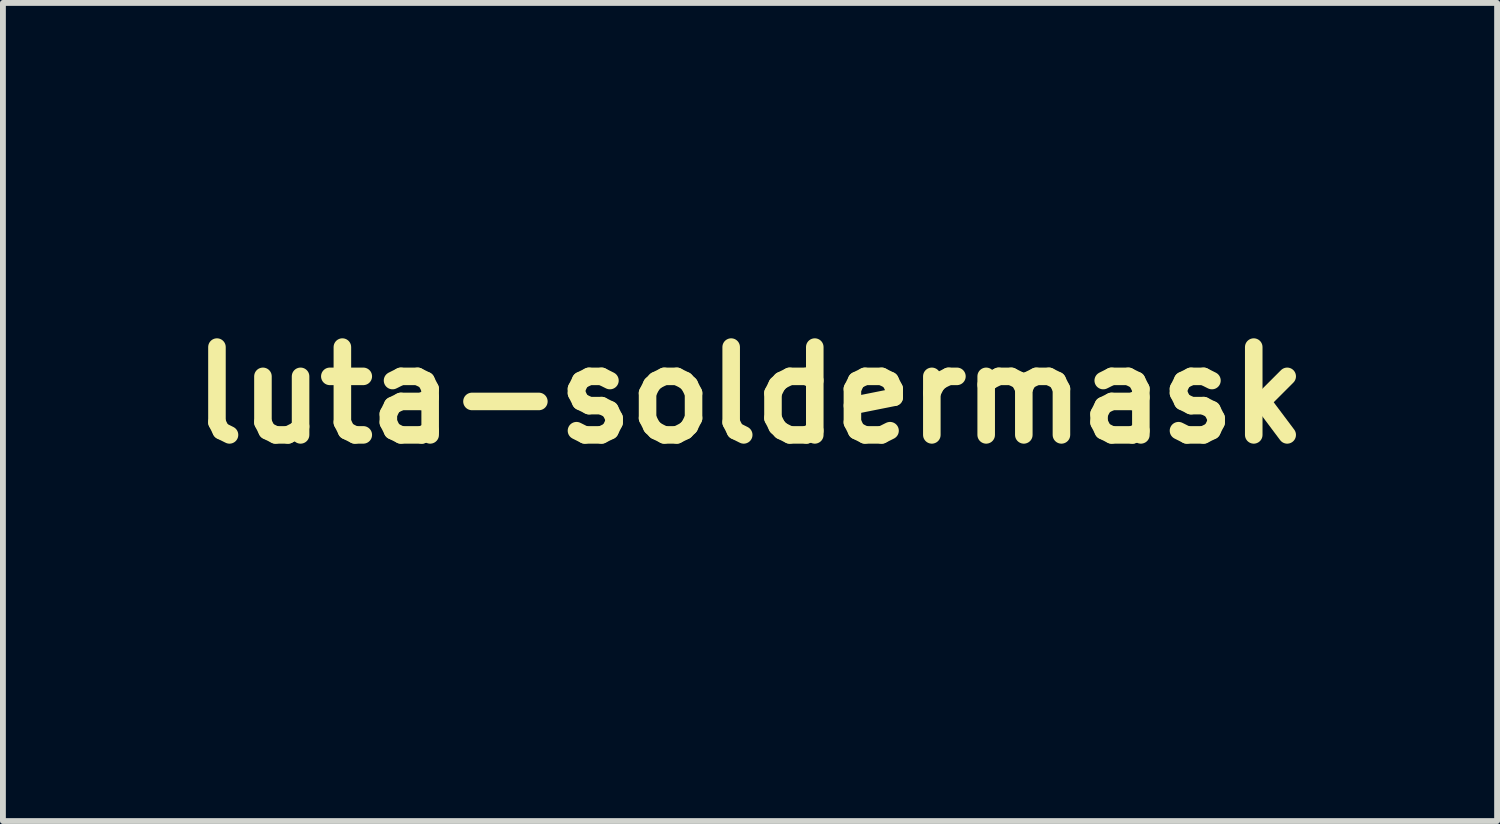
<source format=kicad_pcb>
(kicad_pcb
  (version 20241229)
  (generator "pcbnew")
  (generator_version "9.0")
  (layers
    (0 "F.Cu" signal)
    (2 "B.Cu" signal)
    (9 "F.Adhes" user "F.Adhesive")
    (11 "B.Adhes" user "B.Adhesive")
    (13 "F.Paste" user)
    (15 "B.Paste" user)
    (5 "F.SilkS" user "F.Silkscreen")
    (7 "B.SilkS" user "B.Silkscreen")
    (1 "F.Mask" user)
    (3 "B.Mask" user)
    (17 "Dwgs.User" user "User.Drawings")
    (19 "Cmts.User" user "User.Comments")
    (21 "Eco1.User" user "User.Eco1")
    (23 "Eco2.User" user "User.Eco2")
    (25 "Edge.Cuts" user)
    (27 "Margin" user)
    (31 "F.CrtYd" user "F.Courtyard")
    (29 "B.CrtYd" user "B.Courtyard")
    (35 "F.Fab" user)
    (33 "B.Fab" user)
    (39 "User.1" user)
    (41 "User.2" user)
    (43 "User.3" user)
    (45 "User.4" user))
  (footprint "luta-soldermask"
    (layer "F.Cu")
    (at 9.764 3.702)
    (property "Reference" "luta-soldermask" (at 0 0 0) (layer "F.SilkS") (effects (font (size 1.5 1.5) (thickness 0.3))))
    (attr board_only exclude_from_pos_files exclude_from_bom)
    (fp_poly (pts (xy -0.678 1.017) (xy -0.704 1.043) (xy -0.73 1.017) (xy -0.704 0.991)) (stroke (width 0) (type solid)) (fill yes) (layer "F.Mask"))
    (fp_poly (pts (xy 0.626 0.391) (xy 0.6 0.417) (xy 0.574 0.391) (xy 0.6 0.365)) (stroke (width 0) (type solid)) (fill yes) (layer "F.Mask"))
    (fp_poly (pts (xy 1.095 1.226) (xy 1.069 1.252) (xy 1.043 1.226) (xy 1.069 1.2)) (stroke (width 0) (type solid)) (fill yes) (layer "F.Mask"))
    (fp_poly (pts (xy -3.655 0.654) (xy -3.651 0.672) (xy -3.689 0.746) (xy -3.703 0.756) (xy -3.751 0.754) (xy -3.755 0.736) (xy -3.717 0.663) (xy -3.703 0.652)) (stroke (width 0) (type solid)) (fill yes) (layer "F.Mask"))
    (fp_poly (pts (xy -3.495 0.562) (xy -3.494 0.574) (xy -3.535 0.624) (xy -3.55 0.626) (xy -3.581 0.594) (xy -3.573 0.574) (xy -3.526 0.524) (xy -3.517 0.522)) (stroke (width 0) (type solid)) (fill yes) (layer "F.Mask"))
    (fp_poly (pts (xy 1.663 -2.653) (xy 1.66 -2.552) (xy 1.641 -2.471) (xy 1.603 -2.485) (xy 1.569 -2.523) (xy 1.525 -2.611) (xy 1.556 -2.672) (xy 1.626 -2.707)) (stroke (width 0) (type solid)) (fill yes) (layer "F.Mask"))
    (fp_poly (pts (xy 1.836 -2.879) (xy 1.868 -2.802) (xy 1.826 -2.75) (xy 1.742 -2.753) (xy 1.721 -2.764) (xy 1.672 -2.819) (xy 1.709 -2.877) (xy 1.78 -2.915)) (stroke (width 0) (type solid)) (fill yes) (layer "F.Mask"))
    (fp_poly (pts (xy 1.858 -1.845) (xy 1.878 -1.799) (xy 1.839 -1.734) (xy 1.756 -1.725) (xy 1.704 -1.756) (xy 1.67 -1.83) (xy 1.729 -1.874) (xy 1.773 -1.878)) (stroke (width 0) (type solid)) (fill yes) (layer "F.Mask"))
    (fp_poly (pts (xy -3.279 -1.626) (xy -3.25 -1.621) (xy -3.123 -1.584) (xy -3.01 -1.505) (xy -2.882 -1.363) (xy -2.845 -1.315) (xy -2.706 -1.153) (xy -2.562 -1.012) (xy -2.464 -0.938) (xy -2.355 -0.859) (xy -2.297 -0.793) (xy -2.295 -0.783) (xy -2.305 -0.735) (xy -2.308 -0.735) (xy -2.36 -0.752) (xy -2.484 -0.791) (xy -2.632 -0.837) (xy -2.851 -0.897) (xy -3.113 -0.956) (xy -3.336 -0.997) (xy -3.526 -1.028) (xy -3.671 -1.055) (xy -3.744 -1.072) (xy -3.748 -1.074) (xy -3.734 -1.123) (xy -3.679 -1.236) (xy -3.605 -1.371) (xy -3.514 -1.525) (xy -3.447 -1.606) (xy -3.378 -1.633)) (stroke (width 0) (type solid)) (fill yes) (layer "F.Mask"))
    (fp_poly (pts (xy -0.186 -3.692) (xy -0.102 -3.647) (xy -0.009 -3.555) (xy 0.016 -3.528) (xy 0.182 -3.386) (xy 0.328 -3.34) (xy 0.449 -3.391) (xy 0.454 -3.396) (xy 0.532 -3.435) (xy 0.582 -3.382) (xy 0.6 -3.247) (xy 0.596 -3.168) (xy 0.588 -3.054) (xy 0.591 -3.029) (xy 0.61 -3.096) (xy 0.641 -3.23) (xy 0.686 -3.398) (xy 0.737 -3.492) (xy 0.812 -3.54) (xy 0.854 -3.553) (xy 0.986 -3.56) (xy 1.11 -3.525) (xy 1.204 -3.462) (xy 1.245 -3.388) (xy 1.21 -3.319) (xy 1.198 -3.311) (xy 1.145 -3.245) (xy 1.062 -3.105) (xy 0.963 -2.914) (xy 0.858 -2.696) (xy 0.759 -2.472) (xy 0.724 -2.386) (xy 0.671 -2.238) (xy 0.597 -2.015) (xy 0.511 -1.744) (xy 0.422 -1.45) (xy 0.386 -1.33) (xy 0.301 -1.039) (xy 0.24 -0.84) (xy 0.201 -0.726) (xy 0.179 -0.688) (xy 0.172 -0.718) (xy 0.175 -0.808) (xy 0.18 -0.887) (xy 0.189 -1.027) (xy 0.188 -1.082) (xy 0.177 -1.048) (xy 0.154 -0.919) (xy 0.123 -0.73) (xy 0.089 -0.538) (xy 0.052 -0.357) (xy 0.016 -0.203) (xy -0.014 -0.091) (xy -0.034 -0.036) (xy -0.041 -0.053) (xy -0.031 -0.156) (xy -0.027 -0.265) (xy -0.032 -0.446) (xy -0.043 -0.669) (xy -0.051 -0.782) (xy -0.089 -1.278) (xy -0.102 -0.495) (xy -0.115 0.287) (xy -0.185 -0.156) (xy -0.218 -0.367) (xy -0.243 -0.543) (xy -0.257 -0.655) (xy -0.259 -0.674) (xy -0.277 -0.723) (xy -0.291 -0.717) (xy -0.298 -0.656) (xy -0.292 -0.515) (xy -0.274 -0.319) (xy -0.259 -0.191) (xy -0.234 0.029) (xy -0.218 0.213) (xy -0.214 0.334) (xy -0.217 0.364) (xy -0.257 0.362) (xy -0.338 0.292) (xy -0.411 0.209) (xy -0.528 0.034) (xy -0.559 -0.094) (xy -0.556 -0.116) (xy -0.556 -0.237) (xy -0.595 -0.386) (xy -0.6 -0.399) (xy -0.64 -0.512) (xy -0.647 -0.571) (xy -0.643 -0.574) (xy -0.645 -0.606) (xy -0.673 -0.646) (xy -0.721 -0.731) (xy -0.726 -0.764) (xy -0.728 -0.855) (xy -0.729 -0.861) (xy -0.734 -0.944) (xy -0.733 -1.081) (xy -0.732 -1.104) (xy -0.746 -1.269) (xy -0.794 -1.41) (xy -0.799 -1.417) (xy -0.832 -1.498) (xy -0.853 -1.625) (xy -0.863 -1.815) (xy -0.864 -2.085) (xy -0.862 -2.217) (xy -0.859 -2.502) (xy -0.862 -2.706) (xy -0.875 -2.854) (xy -0.884 -2.895) (xy 0.522 -2.895) (xy 0.548 -2.869) (xy 0.574 -2.895) (xy 0.548 -2.921) (xy 0.522 -2.895) (xy -0.884 -2.895) (xy -0.9 -2.968) (xy -0.94 -3.073) (xy -0.973 -3.141) (xy -1.053 -3.306) (xy -1.086 -3.398) (xy -1.071 -3.435) (xy -1.01 -3.437) (xy -0.978 -3.433) (xy -0.89 -3.395) (xy -0.874 -3.299) (xy -0.876 -3.286) (xy -0.875 -3.129) (xy -0.86 -3.033) (xy -0.827 -2.951) (xy -0.776 -2.958) (xy -0.751 -2.977) (xy -0.699 -3.036) (xy -0.737 -3.08) (xy -0.757 -3.091) (xy -0.818 -3.17) (xy -0.811 -3.27) (xy -0.808 -3.401) (xy -0.84 -3.476) (xy -0.874 -3.558) (xy -0.818 -3.62) (xy -0.666 -3.664) (xy -0.476 -3.689) (xy -0.298 -3.702)) (stroke (width 0) (type solid)) (fill yes) (layer "F.Mask"))
    (fp_poly (pts (xy 2.176 -2.886) (xy 2.176 -2.885) (xy 2.153 -2.815) (xy 2.097 -2.77) (xy 2.015 -2.708) (xy 1.937 -2.624) (xy 1.882 -2.542) (xy 1.866 -2.487) (xy 1.899 -2.483) (xy 1.985 -2.554) (xy 2.002 -2.586) (xy 2.059 -2.643) (xy 2.137 -2.659) (xy 2.188 -2.626) (xy 2.191 -2.609) (xy 2.147 -2.562) (xy 2.033 -2.495) (xy 1.93 -2.446) (xy 1.766 -2.365) (xy 1.683 -2.3) (xy 1.686 -2.26) (xy 1.777 -2.254) (xy 1.852 -2.265) (xy 1.976 -2.28) (xy 2.027 -2.254) (xy 2.034 -2.213) (xy 2.008 -2.153) (xy 1.916 -2.157) (xy 1.91 -2.158) (xy 1.816 -2.166) (xy 1.792 -2.113) (xy 1.792 -2.099) (xy 1.774 -2.036) (xy 1.689 -2.021) (xy 1.643 -2.024) (xy 1.538 -2.032) (xy 1.526 -2.012) (xy 1.591 -1.955) (xy 1.695 -1.869) (xy 1.591 -1.905) (xy 1.432 -1.945) (xy 1.343 -1.926) (xy 1.316 -1.883) (xy 1.321 -1.835) (xy 1.401 -1.839) (xy 1.424 -1.844) (xy 1.542 -1.848) (xy 1.603 -1.801) (xy 1.587 -1.725) (xy 1.571 -1.706) (xy 1.499 -1.677) (xy 1.45 -1.711) (xy 1.349 -1.766) (xy 1.307 -1.772) (xy 1.272 -1.753) (xy 1.326 -1.695) (xy 1.351 -1.675) (xy 1.471 -1.613) (xy 1.572 -1.604) (xy 1.653 -1.595) (xy 1.669 -1.545) (xy 1.648 -1.475) (xy 1.578 -1.472) (xy 1.445 -1.535) (xy 1.396 -1.564) (xy 1.252 -1.645) (xy 1.174 -1.664) (xy 1.148 -1.625) (xy 1.147 -1.616) (xy 1.191 -1.56) (xy 1.282 -1.511) (xy 1.378 -1.445) (xy 1.386 -1.37) (xy 1.31 -1.315) (xy 1.248 -1.34) (xy 1.216 -1.403) (xy 1.157 -1.495) (xy 1.071 -1.508) (xy 1.028 -1.48) (xy 1.028 -1.417) (xy 1.079 -1.324) (xy 1.155 -1.239) (xy 1.229 -1.2) (xy 1.232 -1.2) (xy 1.292 -1.162) (xy 1.299 -1.083) (xy 1.252 -1.017) (xy 1.197 -1.034) (xy 1.153 -1.107) (xy 1.082 -1.233) (xy 1.022 -1.299) (xy 0.981 -1.321) (xy 0.938 -1.301) (xy 0.885 -1.228) (xy 0.81 -1.087) (xy 0.704 -0.865) (xy 0.699 -0.854) (xy 0.479 -0.366) (xy 0.306 0.05) (xy 0.176 0.412) (xy 0.08 0.736) (xy 0.057 0.829) (xy -0.008 1.059) (xy -0.071 1.201) (xy -0.129 1.25) (xy -0.179 1.202) (xy -0.184 1.189) (xy -0.184 1.085) (xy -0.144 0.904) (xy -0.07 0.662) (xy 0.031 0.375) (xy 0.154 0.058) (xy 0.292 -0.273) (xy 0.438 -0.601) (xy 0.585 -0.91) (xy 0.729 -1.185) (xy 0.861 -1.41) (xy 0.87 -1.424) (xy 0.93 -1.526) (xy 0.927 -1.588) (xy 0.855 -1.653) (xy 0.84 -1.664) (xy 0.761 -1.746) (xy 0.775 -1.795) (xy 0.868 -1.806) (xy 0.93 -1.738) (xy 0.939 -1.686) (xy 0.953 -1.633) (xy 1.01 -1.664) (xy 1.017 -1.669) (xy 1.087 -1.762) (xy 1.067 -1.864) (xy 0.964 -1.983) (xy 0.882 -2.084) (xy 0.88 -2.153) (xy 0.881 -2.154) (xy 0.957 -2.178) (xy 1.022 -2.123) (xy 1.043 -2.034) (xy 1.071 -1.933) (xy 1.135 -1.892) (xy 1.202 -1.932) (xy 1.205 -1.936) (xy 1.244 -2.027) (xy 1.232 -2.123) (xy 1.162 -2.254) (xy 1.118 -2.321) (xy 1.035 -2.47) (xy 1.029 -2.56) (xy 1.035 -2.569) (xy 1.112 -2.595) (xy 1.168 -2.55) (xy 1.167 -2.48) (xy 1.171 -2.389) (xy 1.217 -2.26) (xy 1.226 -2.241) (xy 1.293 -2.135) (xy 1.347 -2.117) (xy 1.374 -2.136) (xy 1.375 -2.138) (xy 1.565 -2.138) (xy 1.582 -2.088) (xy 1.588 -2.086) (xy 1.632 -2.123) (xy 1.643 -2.138) (xy 1.639 -2.186) (xy 1.62 -2.191) (xy 1.567 -2.153) (xy 1.565 -2.138) (xy 1.375 -2.138) (xy 1.4 -2.199) (xy 1.337 -2.269) (xy 1.333 -2.272) (xy 1.267 -2.345) (xy 1.289 -2.405) (xy 1.37 -2.438) (xy 1.428 -2.396) (xy 1.426 -2.319) (xy 1.417 -2.25) (xy 1.468 -2.258) (xy 1.577 -2.342) (xy 1.737 -2.498) (xy 1.749 -2.511) (xy 1.877 -2.656) (xy 1.97 -2.781) (xy 2.007 -2.861) (xy 2.007 -2.863) (xy 2.044 -2.932) (xy 2.119 -2.942)) (stroke (width 0) (type solid)) (fill yes) (layer "F.Mask"))
    (fp_poly (pts (xy -2.738 -2.946) (xy -2.619 -2.831) (xy -2.506 -2.712) (xy -2.458 -2.669) (xy -2.472 -2.698) (xy -2.525 -2.773) (xy -2.597 -2.879) (xy -2.617 -2.949) (xy -2.574 -2.989) (xy -2.455 -3.009) (xy -2.249 -3.015) (xy -2.139 -3.015) (xy -1.83 -2.989) (xy -1.604 -2.911) (xy -1.466 -2.797) (xy -1.384 -2.742) (xy -1.338 -2.742) (xy -1.264 -2.726) (xy -1.149 -2.657) (xy -1.097 -2.616) (xy -0.988 -2.519) (xy -0.946 -2.443) (xy -0.956 -2.343) (xy -0.981 -2.255) (xy -1.017 -2.051) (xy -0.992 -1.905) (xy -0.965 -1.76) (xy -0.968 -1.586) (xy -0.971 -1.562) (xy -0.973 -1.353) (xy -0.927 -1.24) (xy -0.869 -1.109) (xy -0.824 -0.941) (xy -0.82 -0.913) (xy -0.778 -0.666) (xy -0.739 -0.504) (xy -0.697 -0.408) (xy -0.691 -0.399) (xy -0.652 -0.306) (xy -0.634 -0.189) (xy -0.639 -0.09) (xy -0.668 -0.052) (xy -0.72 -0.095) (xy -0.779 -0.2) (xy -0.783 -0.21) (xy -0.834 -0.311) (xy -0.87 -0.346) (xy -0.873 -0.344) (xy -0.862 -0.29) (xy -0.811 -0.17) (xy -0.731 -0.009) (xy -0.725 0.002) (xy -0.608 0.235) (xy -0.551 0.383) (xy -0.554 0.448) (xy -0.618 0.431) (xy -0.743 0.332) (xy -0.804 0.277) (xy -0.907 0.182) (xy -0.948 0.151) (xy -0.921 0.187) (xy -0.899 0.211) (xy -0.786 0.346) (xy -0.737 0.426) (xy -0.753 0.445) (xy -0.832 0.394) (xy -0.9 0.336) (xy -1.069 0.183) (xy -0.918 0.35) (xy -0.814 0.446) (xy -0.73 0.488) (xy -0.709 0.485) (xy -0.68 0.48) (xy -0.692 0.496) (xy -0.687 0.56) (xy -0.624 0.654) (xy -0.617 0.661) (xy -0.538 0.763) (xy -0.532 0.806) (xy -0.588 0.79) (xy -0.69 0.709) (xy -0.719 0.682) (xy -0.814 0.593) (xy -0.853 0.578) (xy -0.849 0.626) (xy -0.841 0.693) (xy -0.882 0.704) (xy -0.985 0.672) (xy -1.114 0.616) (xy -1.175 0.567) (xy -1.159 0.54) (xy -1.061 0.547) (xy -0.965 0.564) (xy -0.967 0.554) (xy -1.033 0.524) (xy -1.137 0.437) (xy -1.205 0.32) (xy -1.273 0.197) (xy -1.352 0.124) (xy -1.468 0.042) (xy -1.522 -0.014) (xy -0.901 -0.014) (xy -0.853 0.053) (xy -0.783 0.143) (xy -0.663 0.29) (xy -0.597 0.357) (xy -0.587 0.343) (xy -0.619 0.274) (xy -0.691 0.178) (xy -0.8 0.064) (xy -0.813 0.052) (xy -0.887 -0.012) (xy -0.901 -0.014) (xy -1.522 -0.014) (xy -1.595 -0.089) (xy -1.714 -0.24) (xy -1.803 -0.385) (xy -1.843 -0.496) (xy -1.841 -0.52) (xy -1.842 -0.603) (xy -1.921 -0.626) (xy -1.925 -0.626) (xy -2.023 -0.66) (xy -2.158 -0.748) (xy -2.263 -0.834) (xy -2.392 -0.947) (xy -2.495 -1.022) (xy -2.539 -1.043) (xy -2.589 -1.084) (xy -2.675 -1.193) (xy -2.782 -1.347) (xy -2.805 -1.382) (xy -2.917 -1.554) (xy -2.999 -1.655) (xy -3.073 -1.704) (xy -3.162 -1.72) (xy -3.229 -1.721) (xy -3.382 -1.705) (xy -3.487 -1.64) (xy -3.56 -1.552) (xy -3.661 -1.4) (xy -3.746 -1.253) (xy -3.754 -1.239) (xy -3.824 -1.125) (xy -3.886 -1.105) (xy -3.962 -1.171) (xy -3.962 -1.171) (xy -4 -1.298) (xy -3.983 -1.419) (xy -3.953 -1.561) (xy -3.938 -1.667) (xy -3.938 -1.669) (xy -3.905 -1.841) (xy -3.812 -1.935) (xy -3.666 -1.966) (xy -3.517 -1.957) (xy -3.406 -1.921) (xy -3.397 -1.914) (xy -3.342 -1.879) (xy -3.346 -1.925) (xy -3.348 -1.93) (xy -3.423 -1.989) (xy -3.562 -2.002) (xy -3.685 -2.005) (xy -3.731 -2.039) (xy -3.726 -2.132) (xy -3.722 -2.159) (xy -3.666 -2.394) (xy -3.663 -2.399) (xy -2.27 -2.399) (xy -2.253 -2.359) (xy -2.188 -2.249) (xy -2.084 -2.085) (xy -1.953 -1.886) (xy -1.948 -1.878) (xy -1.812 -1.676) (xy -1.698 -1.511) (xy -1.616 -1.398) (xy -1.58 -1.356) (xy -1.58 -1.356) (xy -1.582 -1.392) (xy -1.597 -1.421) (xy -1.669 -1.537) (xy -1.773 -1.695) (xy -1.894 -1.874) (xy -2.018 -2.055) (xy -2.131 -2.216) (xy -2.218 -2.336) (xy -2.266 -2.396) (xy -2.27 -2.399) (xy -3.663 -2.399) (xy -3.589 -2.541) (xy -2.391 -2.541) (xy -2.378 -2.512) (xy -2.326 -2.456) (xy -2.295 -2.467) (xy -2.295 -2.474) (xy -2.332 -2.518) (xy -2.355 -2.535) (xy -2.391 -2.541) (xy -3.589 -2.541) (xy -3.582 -2.556) (xy -3.447 -2.676) (xy -3.328 -2.743) (xy -3.18 -2.828) (xy -3.075 -2.907) (xy -3.045 -2.945) (xy -2.977 -3.036) (xy -2.877 -3.037)) (stroke (width 0) (type solid)) (fill yes) (layer "F.Mask"))
    (fp_poly (pts (xy -2.147 -0.223) (xy -2.031 -0.156) (xy -1.942 -0.162) (xy -1.912 -0.177) (xy -1.842 -0.2) (xy -1.768 -0.165) (xy -1.664 -0.06) (xy -1.652 -0.047) (xy -1.528 0.079) (xy -1.412 0.176) (xy -1.375 0.199) (xy -1.28 0.294) (xy -1.239 0.39) (xy -1.226 0.493) (xy -1.259 0.514) (xy -1.359 0.468) (xy -1.438 0.436) (xy -1.46 0.441) (xy -1.419 0.479) (xy -1.31 0.55) (xy -1.174 0.63) (xy -1.025 0.716) (xy -0.922 0.781) (xy -0.887 0.808) (xy -0.931 0.804) (xy -1.045 0.776) (xy -1.13 0.751) (xy -1.298 0.708) (xy -1.44 0.684) (xy -1.482 0.682) (xy -1.494 0.696) (xy -1.421 0.73) (xy -1.279 0.775) (xy -1.278 0.776) (xy -1.093 0.834) (xy -0.937 0.891) (xy -0.861 0.927) (xy -0.812 0.963) (xy -0.835 0.983) (xy -0.941 0.994) (xy -1.017 0.997) (xy -1.278 1.006) (xy -1.007 1.039) (xy -0.847 1.064) (xy -0.733 1.092) (xy -0.701 1.108) (xy -0.709 1.151) (xy -0.804 1.198) (xy -0.969 1.241) (xy -1.186 1.276) (xy -1.212 1.278) (xy -1.378 1.302) (xy -1.496 1.33) (xy -1.535 1.35) (xy -1.502 1.365) (xy -1.394 1.364) (xy -1.288 1.353) (xy -1.133 1.335) (xy -1.028 1.328) (xy -1.001 1.331) (xy -1.031 1.363) (xy -1.124 1.429) (xy -1.174 1.46) (xy -1.282 1.537) (xy -1.335 1.592) (xy -1.335 1.604) (xy -1.34 1.661) (xy -1.384 1.74) (xy -1.442 1.843) (xy -1.46 1.902) (xy -1.436 1.894) (xy -1.377 1.814) (xy -1.329 1.738) (xy -1.128 1.498) (xy -0.863 1.326) (xy -0.739 1.279) (xy -0.673 1.263) (xy -0.658 1.282) (xy -0.699 1.352) (xy -0.779 1.463) (xy -0.87 1.599) (xy -0.928 1.704) (xy -0.939 1.739) (xy -0.914 1.73) (xy -0.851 1.65) (xy -0.784 1.55) (xy -0.628 1.359) (xy -0.464 1.267) (xy -0.283 1.271) (xy -0.26 1.278) (xy -0.148 1.314) (xy -0.269 1.452) (xy -0.391 1.591) (xy -0.261 1.48) (xy -0.056 1.334) (xy 0.139 1.264) (xy 0.287 1.252) (xy 0.412 1.26) (xy 0.46 1.296) (xy 0.46 1.367) (xy 0.408 1.462) (xy 0.287 1.59) (xy 0.141 1.712) (xy -0.122 1.952) (xy -0.316 2.214) (xy -0.318 2.218) (xy -0.413 2.376) (xy -0.498 2.5) (xy -0.543 2.552) (xy -0.662 2.61) (xy -0.841 2.657) (xy -1.04 2.687) (xy -1.218 2.692) (xy -1.325 2.672) (xy -1.456 2.649) (xy -1.538 2.718) (xy -1.565 2.856) (xy -1.612 3.063) (xy -1.736 3.248) (xy -1.907 3.369) (xy -2.024 3.43) (xy -2.084 3.486) (xy -2.086 3.495) (xy -2.113 3.534) (xy -2.205 3.533) (xy -2.321 3.509) (xy -2.439 3.455) (xy -2.533 3.385) (xy -2.644 3.314) (xy -2.811 3.241) (xy -2.924 3.202) (xy -3.177 3.095) (xy -3.231 3.051) (xy -1.878 3.051) (xy -1.852 3.077) (xy -1.825 3.051) (xy -1.852 3.025) (xy -1.878 3.051) (xy -3.231 3.051) (xy -3.36 2.947) (xy -1.824 2.947) (xy -1.802 2.956) (xy -1.773 2.921) (xy -1.729 2.826) (xy -1.723 2.79) (xy -1.744 2.781) (xy -1.773 2.816) (xy -1.817 2.912) (xy -1.824 2.947) (xy -3.36 2.947) (xy -3.39 2.923) (xy -3.416 2.895) (xy -3.47 2.843) (xy -2.347 2.843) (xy -2.321 2.869) (xy -2.295 2.843) (xy -2.321 2.816) (xy -2.347 2.843) (xy -3.47 2.843) (xy -3.552 2.761) (xy -3.58 2.738) (xy -2.295 2.738) (xy -2.269 2.764) (xy -2.243 2.738) (xy -2.269 2.712) (xy -2.295 2.738) (xy -3.58 2.738) (xy -3.673 2.66) (xy -2.218 2.66) (xy -2.183 2.617) (xy -2.118 2.508) (xy -2.115 2.503) (xy -1.669 2.503) (xy -1.65 2.546) (xy -1.634 2.538) (xy -1.628 2.476) (xy -1.634 2.469) (xy -1.665 2.476) (xy -1.669 2.503) (xy -2.115 2.503) (xy -2.06 2.399) (xy -1.993 2.258) (xy -1.956 2.163) (xy -1.954 2.138) (xy -1.99 2.181) (xy -2.055 2.291) (xy -2.112 2.399) (xy -2.18 2.54) (xy -2.217 2.635) (xy -2.218 2.66) (xy -1.721 2.66) (xy -1.702 2.703) (xy -1.686 2.695) (xy -1.68 2.633) (xy -1.686 2.625) (xy -1.717 2.632) (xy -1.721 2.66) (xy -2.218 2.66) (xy -3.673 2.66) (xy -3.68 2.654) (xy -3.744 2.612) (xy -3.825 2.541) (xy -3.824 2.536) (xy -3.502 2.536) (xy -3.432 2.545) (xy -3.416 2.545) (xy -3.327 2.54) (xy -3.319 2.524) (xy -3.324 2.521) (xy -3.427 2.511) (xy -3.48 2.52) (xy -3.502 2.536) (xy -3.824 2.536) (xy -3.815 2.485) (xy -3.729 2.471) (xy -3.686 2.48) (xy -3.617 2.496) (xy -3.628 2.475) (xy -3.703 2.417) (xy -3.811 2.349) (xy -3.817 2.347) (xy -2.53 2.347) (xy -2.525 2.395) (xy -2.507 2.399) (xy -2.453 2.361) (xy -2.451 2.347) (xy -2.469 2.296) (xy -2.474 2.295) (xy -2.519 2.331) (xy -2.53 2.347) (xy -3.817 2.347) (xy -3.885 2.321) (xy -3.931 2.274) (xy -3.969 2.154) (xy -3.993 2.008) (xy -1.513 2.008) (xy -1.486 2.034) (xy -1.46 2.008) (xy -1.486 1.982) (xy -1.513 2.008) (xy -3.993 2.008) (xy -3.996 1.991) (xy -3.999 1.962) (xy -1.878 1.962) (xy -1.852 1.978) (xy -1.783 1.911) (xy -1.767 1.891) (xy -1.722 1.829) (xy -1.749 1.842) (xy -1.786 1.871) (xy -1.859 1.935) (xy -1.878 1.962) (xy -3.999 1.962) (xy -4.01 1.817) (xy -4.008 1.747) (xy -1.617 1.747) (xy -1.591 1.773) (xy -1.565 1.747) (xy -1.591 1.721) (xy -1.617 1.747) (xy -4.008 1.747) (xy -4.006 1.663) (xy -4.002 1.643) (xy -1.46 1.643) (xy -1.434 1.669) (xy -1.408 1.643) (xy -1.434 1.617) (xy -1.46 1.643) (xy -4.002 1.643) (xy -3.983 1.56) (xy -3.965 1.539) (xy -3.94 1.472) (xy -3.939 1.339) (xy -3.946 1.279) (xy -3.957 1.121) (xy -2.399 1.121) (xy -2.373 1.147) (xy -2.347 1.121) (xy -2.373 1.095) (xy -2.399 1.121) (xy -3.957 1.121) (xy -3.958 1.103) (xy -3.953 1.017) (xy -1.982 1.017) (xy -1.956 1.043) (xy -1.93 1.017) (xy -1.956 0.991) (xy -1.982 1.017) (xy -3.953 1.017) (xy -3.949 0.948) (xy -3.943 0.916) (xy -3.901 0.82) (xy -3.823 0.804) (xy -3.781 0.813) (xy -3.666 0.815) (xy -3.652 0.8) (xy -3.112 0.8) (xy -3.105 0.831) (xy -3.077 0.834) (xy -3.034 0.815) (xy -3.042 0.8) (xy -3.104 0.793) (xy -3.112 0.8) (xy -3.652 0.8) (xy -3.621 0.765) (xy -3.601 0.748) (xy -3.321 0.748) (xy -3.313 0.779) (xy -3.286 0.782) (xy -3.243 0.763) (xy -3.251 0.748) (xy -3.313 0.741) (xy -3.321 0.748) (xy -3.601 0.748) (xy -3.557 0.71) (xy -3.514 0.714) (xy -3.453 0.716) (xy -3.446 0.697) (xy -3.45 0.621) (xy -3.45 0.483) (xy -3.448 0.43) (xy -3.445 0.391) (xy -1.565 0.391) (xy -1.539 0.417) (xy -1.513 0.391) (xy -1.539 0.365) (xy -1.565 0.391) (xy -3.445 0.391) (xy -3.438 0.29) (xy -3.405 0.226) (xy -3.333 0.209) (xy -3.318 0.209) (xy -3.162 0.199) (xy -3.025 0.174) (xy -2.934 0.142) (xy -2.915 0.11) (xy -2.923 0.103) (xy -2.915 0.059) (xy -2.819 -0.02) (xy -2.64 -0.129) (xy -2.636 -0.131) (xy -2.287 -0.326)) (stroke (width 0) (type solid)) (fill yes) (layer "F.Mask"))
    (fp_poly (pts (xy 2.771 -2.179) (xy 2.807 -2.168) (xy 3.006 -2.076) (xy 3.134 -1.947) (xy 3.153 -1.916) (xy 3.237 -1.776) (xy 3.349 -1.598) (xy 3.425 -1.481) (xy 3.556 -1.234) (xy 3.599 -1.023) (xy 3.599 -1.022) (xy 3.619 -0.849) (xy 3.667 -0.694) (xy 3.67 -0.688) (xy 3.731 -0.533) (xy 3.774 -0.369) (xy 3.823 -0.216) (xy 3.892 -0.097) (xy 3.894 -0.095) (xy 3.949 -0.019) (xy 3.934 0.046) (xy 3.882 0.109) (xy 3.773 0.186) (xy 3.625 0.198) (xy 3.6 0.195) (xy 3.352 0.203) (xy 3.155 0.289) (xy 3.053 0.395) (xy 2.954 0.495) (xy 2.834 0.509) (xy 2.679 0.436) (xy 2.583 0.366) (xy 2.449 0.272) (xy 2.356 0.244) (xy 2.29 0.263) (xy 2.19 0.293) (xy 2.022 0.32) (xy 1.822 0.338) (xy 1.82 0.338) (xy 1.598 0.356) (xy 1.466 0.375) (xy 1.43 0.394) (xy 1.49 0.408) (xy 1.649 0.416) (xy 1.739 0.417) (xy 1.915 0.423) (xy 2.064 0.445) (xy 2.22 0.494) (xy 2.415 0.578) (xy 2.57 0.652) (xy 2.904 0.817) (xy 3.159 0.949) (xy 3.348 1.057) (xy 3.485 1.151) (xy 3.586 1.241) (xy 3.666 1.336) (xy 3.714 1.407) (xy 3.896 1.761) (xy 3.981 2.1) (xy 3.969 2.435) (xy 3.959 2.491) (xy 3.907 2.68) (xy 3.845 2.847) (xy 3.805 2.921) (xy 3.727 3.056) (xy 3.682 3.163) (xy 3.62 3.256) (xy 3.501 3.367) (xy 3.428 3.421) (xy 3.247 3.55) (xy 3.141 3.658) (xy 3.091 3.771) (xy 3.077 3.916) (xy 3.077 3.925) (xy 3.066 4.052) (xy 3.035 4.098) (xy 3.025 4.094) (xy 2.98 4.105) (xy 2.973 4.138) (xy 2.93 4.216) (xy 2.833 4.27) (xy 2.787 4.277) (xy 2.753 4.235) (xy 2.692 4.129) (xy 2.66 4.068) (xy 2.583 3.93) (xy 2.535 3.867) (xy 2.523 3.884) (xy 2.555 3.987) (xy 2.557 3.993) (xy 2.598 4.111) (xy 2.597 4.161) (xy 2.55 4.172) (xy 2.534 4.172) (xy 2.45 4.133) (xy 2.434 4.107) (xy 2.412 4.095) (xy 2.403 4.144) (xy 2.387 4.211) (xy 2.338 4.185) (xy 2.337 4.183) (xy 2.233 4.129) (xy 2.172 4.12) (xy 2.072 4.098) (xy 1.919 4.039) (xy 1.792 3.979) (xy 1.633 3.892) (xy 1.56 3.829) (xy 2.351 3.829) (xy 2.361 3.897) (xy 2.379 3.898) (xy 2.391 3.828) (xy 2.383 3.798) (xy 2.359 3.778) (xy 2.351 3.829) (xy 1.56 3.829) (xy 1.538 3.81) (xy 1.479 3.698) (xy 1.433 3.549) (xy 1.365 3.331) (xy 1.285 3.105) (xy 1.266 3.057) (xy 2.113 3.057) (xy 2.135 3.154) (xy 2.192 3.335) (xy 2.207 3.378) (xy 2.266 3.535) (xy 2.312 3.635) (xy 2.336 3.659) (xy 2.336 3.658) (xy 2.327 3.589) (xy 2.288 3.454) (xy 2.24 3.315) (xy 2.238 3.312) (xy 2.66 3.312) (xy 2.686 3.338) (xy 2.712 3.312) (xy 2.686 3.286) (xy 2.66 3.312) (xy 2.238 3.312) (xy 2.167 3.134) (xy 2.124 3.049) (xy 2.113 3.057) (xy 1.266 3.057) (xy 1.248 3.012) (xy 1.174 2.803) (xy 1.156 2.738) (xy 1.408 2.738) (xy 1.434 2.764) (xy 1.46 2.738) (xy 1.434 2.712) (xy 1.408 2.738) (xy 1.156 2.738) (xy 1.111 2.571) (xy 1.107 2.556) (xy 1.356 2.556) (xy 1.375 2.599) (xy 1.391 2.59) (xy 1.397 2.529) (xy 1.391 2.521) (xy 1.36 2.528) (xy 1.356 2.556) (xy 1.107 2.556) (xy 1.094 2.491) (xy 1.06 2.363) (xy 1.74 2.363) (xy 1.753 2.415) (xy 1.809 2.531) (xy 1.889 2.674) (xy 1.979 2.819) (xy 2.048 2.917) (xy 2.079 2.945) (xy 2.065 2.894) (xy 2.009 2.779) (xy 1.93 2.634) (xy 1.841 2.488) (xy 1.773 2.39) (xy 1.74 2.363) (xy 1.06 2.363) (xy 1.045 2.306) (xy 0.981 2.145) (xy 0.947 2.087) (xy 0.822 1.98) (xy 0.663 1.92) (xy 0.509 1.916) (xy 0.413 1.96) (xy 0.32 2.026) (xy 0.256 2.004) (xy 0.209 1.931) (xy 0.188 1.859) (xy 0.219 1.785) (xy 0.315 1.683) (xy 0.361 1.641) (xy 0.497 1.495) (xy 0.544 1.387) (xy 0.541 1.366) (xy 0.547 1.334) (xy 0.6 1.372) (xy 0.689 1.465) (xy 0.799 1.596) (xy 0.919 1.75) (xy 1.035 1.913) (xy 1.135 2.067) (xy 1.174 2.135) (xy 1.257 2.279) (xy 1.311 2.359) (xy 1.329 2.362) (xy 1.326 2.347) (xy 1.271 2.188) (xy 1.184 2.02) (xy 1.053 1.82) (xy 0.88 1.588) (xy 0.612 1.237) (xy 0.851 1.402) (xy 0.996 1.522) (xy 1.171 1.694) (xy 1.342 1.888) (xy 1.387 1.944) (xy 1.521 2.108) (xy 1.632 2.233) (xy 1.706 2.302) (xy 1.724 2.309) (xy 1.773 2.341) (xy 1.878 2.434) (xy 2.025 2.576) (xy 2.199 2.753) (xy 2.224 2.779) (xy 2.382 2.941) (xy 2.498 3.053) (xy 2.564 3.107) (xy 2.569 3.095) (xy 2.558 3.077) (xy 2.474 2.971) (xy 2.342 2.822) (xy 3.142 2.822) (xy 3.17 2.87) (xy 3.249 2.969) (xy 3.354 3.103) (xy 3.424 3.208) (xy 3.442 3.252) (xy 3.465 3.279) (xy 3.474 3.271) (xy 3.468 3.213) (xy 3.413 3.11) (xy 3.401 3.093) (xy 3.289 2.955) (xy 3.176 2.843) (xy 3.142 2.822) (xy 2.342 2.822) (xy 2.334 2.813) (xy 2.168 2.634) (xy 2.503 2.634) (xy 2.53 2.66) (xy 2.556 2.634) (xy 2.53 2.608) (xy 2.503 2.634) (xy 2.168 2.634) (xy 2.157 2.622) (xy 1.96 2.419) (xy 1.934 2.392) (xy 1.72 2.176) (xy 1.506 1.956) (xy 1.316 1.758) (xy 1.175 1.608) (xy 1.174 1.607) (xy 1.025 1.453) (xy 0.885 1.32) (xy 0.784 1.238) (xy 0.782 1.237) (xy 0.763 1.215) (xy 0.826 1.233) (xy 0.957 1.286) (xy 1.017 1.312) (xy 1.385 1.493) (xy 1.68 1.687) (xy 1.933 1.914) (xy 2.054 2.048) (xy 2.239 2.263) (xy 2.362 2.405) (xy 2.429 2.479) (xy 2.447 2.491) (xy 2.421 2.448) (xy 2.37 2.373) (xy 2.239 2.197) (xy 2.091 2.015) (xy 2.085 2.008) (xy 2.66 2.008) (xy 2.686 2.034) (xy 2.712 2.008) (xy 2.686 1.982) (xy 2.66 2.008) (xy 2.085 2.008) (xy 2.051 1.969) (xy 1.951 1.852) (xy 1.889 1.77) (xy 1.878 1.749) (xy 1.92 1.753) (xy 2.029 1.79) (xy 2.099 1.819) (xy 2.256 1.88) (xy 2.409 1.931) (xy 2.533 1.965) (xy 2.603 1.975) (xy 2.606 1.962) (xy 2.548 1.933) (xy 2.481 1.904) (xy 3.442 1.904) (xy 3.468 1.93) (xy 3.494 1.904) (xy 3.468 1.878) (xy 3.442 1.904) (xy 2.481 1.904) (xy 2.415 1.875) (xy 2.356 1.852) (xy 3.338 1.852) (xy 3.364 1.878) (xy 3.39 1.852) (xy 3.364 1.825) (xy 3.338 1.852) (xy 2.356 1.852) (xy 2.229 1.8) (xy 2.1 1.75) (xy 1.868 1.654) (xy 1.65 1.554) (xy 1.481 1.467) (xy 1.43 1.435) (xy 1.301 1.355) (xy 1.205 1.309) (xy 1.184 1.304) (xy 1.152 1.285) (xy 1.158 1.276) (xy 1.215 1.284) (xy 1.342 1.328) (xy 1.517 1.401) (xy 1.597 1.437) (xy 1.844 1.54) (xy 2.073 1.609) (xy 2.331 1.655) (xy 2.529 1.678) (xy 2.761 1.706) (xy 2.962 1.737) (xy 3.102 1.767) (xy 3.147 1.783) (xy 3.236 1.812) (xy 3.271 1.805) (xy 3.258 1.766) (xy 3.149 1.724) (xy 2.952 1.682) (xy 2.675 1.641) (xy 2.548 1.627) (xy 2.206 1.576) (xy 1.939 1.507) (xy 1.89 1.486) (xy 3.234 1.486) (xy 3.26 1.513) (xy 3.286 1.486) (xy 3.26 1.46) (xy 3.234 1.486) (xy 1.89 1.486) (xy 1.822 1.458) (xy 1.675 1.389) (xy 1.63 1.369) (xy 2.841 1.369) (xy 2.853 1.383) (xy 2.947 1.408) (xy 3.104 1.445) (xy 3.169 1.449) (xy 3.15 1.422) (xy 3.129 1.408) (xy 3.017 1.37) (xy 2.921 1.363) (xy 2.841 1.369) (xy 1.63 1.369) (xy 1.466 1.296) (xy 1.402 1.269) (xy 2.312 1.269) (xy 2.319 1.3) (xy 2.347 1.304) (xy 2.39 1.285) (xy 2.382 1.269) (xy 2.32 1.263) (xy 2.312 1.269) (xy 1.402 1.269) (xy 1.228 1.195) (xy 1.1 1.143) (xy 1.034 1.116) (xy 1.75 1.116) (xy 1.824 1.144) (xy 1.904 1.172) (xy 2.038 1.213) (xy 2.15 1.238) (xy 2.219 1.245) (xy 2.223 1.232) (xy 2.164 1.203) (xy 2.04 1.165) (xy 1.884 1.131) (xy 1.878 1.13) (xy 1.769 1.113) (xy 1.75 1.116) (xy 1.034 1.116) (xy 0.882 1.053) (xy 0.753 0.994) (xy 0.703 0.959) (xy 0.724 0.944) (xy 0.782 0.94) (xy 0.932 0.953) (xy 1.133 0.984) (xy 1.298 1.019) (xy 1.471 1.056) (xy 1.6 1.076) (xy 1.655 1.075) (xy 1.621 1.053) (xy 1.51 1.017) (xy 1.373 0.983) (xy 1.069 0.913) (xy 1.434 0.881) (xy 1.59 0.867) (xy 1.663 0.858) (xy 1.649 0.853) (xy 1.542 0.851) (xy 1.337 0.851) (xy 1.278 0.851) (xy 1.038 0.855) (xy 0.824 0.866) (xy 0.666 0.881) (xy 0.613 0.891) (xy 0.501 0.905) (xy 0.475 0.867) (xy 0.541 0.792) (xy 0.573 0.768) (xy 0.642 0.702) (xy 0.646 0.68) (xy 0.73 0.68) (xy 0.794 0.664) (xy 0.903 0.618) (xy 0.941 0.598) (xy 1.046 0.537) (xy 1.095 0.495) (xy 1.095 0.493) (xy 1.056 0.499) (xy 0.961 0.537) (xy 0.85 0.59) (xy 0.76 0.64) (xy 0.735 0.659) (xy 0.73 0.68) (xy 0.646 0.68) (xy 0.648 0.666) (xy 0.657 0.612) (xy 0.747 0.529) (xy 0.862 0.454) (xy 1.18 0.454) (xy 1.252 0.461) (xy 1.326 0.453) (xy 1.317 0.435) (xy 1.21 0.428) (xy 1.187 0.435) (xy 1.18 0.454) (xy 0.862 0.454) (xy 0.902 0.428) (xy 1.103 0.316) (xy 1.336 0.203) (xy 1.582 0.098) (xy 1.827 0.011) (xy 1.852 0.003) (xy 2.028 -0.044) (xy 2.263 -0.097) (xy 2.527 -0.151) (xy 2.79 -0.199) (xy 3.025 -0.236) (xy 3.201 -0.258) (xy 3.255 -0.26) (xy 3.281 -0.281) (xy 3.276 -0.288) (xy 3.208 -0.299) (xy 3.062 -0.292) (xy 2.858 -0.272) (xy 2.62 -0.241) (xy 2.371 -0.202) (xy 2.133 -0.159) (xy 1.93 -0.114) (xy 1.888 -0.102) (xy 1.654 -0.03) (xy 1.417 0.058) (xy 1.243 0.135) (xy 1.093 0.204) (xy 1.025 0.219) (xy 1.038 0.188) (xy 1.13 0.116) (xy 1.281 0.022) (xy 1.412 -0.059) (xy 1.496 -0.12) (xy 1.513 -0.139) (xy 1.474 -0.136) (xy 1.375 -0.087) (xy 1.237 -0.004) (xy 1.085 0.098) (xy 0.939 0.204) (xy 0.87 0.26) (xy 0.656 0.443) (xy 0.779 0.277) (xy 0.879 0.164) (xy 1.033 0.018) (xy 1.211 -0.135) (xy 1.246 -0.163) (xy 1.27 -0.183) (xy 1.565 -0.183) (xy 1.591 -0.156) (xy 1.617 -0.183) (xy 1.591 -0.209) (xy 1.565 -0.183) (xy 1.27 -0.183) (xy 1.401 -0.287) (xy 1.825 -0.287) (xy 1.852 -0.261) (xy 1.878 -0.287) (xy 1.852 -0.313) (xy 1.825 -0.287) (xy 1.401 -0.287) (xy 1.452 -0.328) (xy 1.581 -0.434) (xy 1.639 -0.488) (xy 1.632 -0.496) (xy 1.566 -0.464) (xy 1.52 -0.438) (xy 1.402 -0.358) (xy 1.238 -0.228) (xy 1.055 -0.072) (xy 0.976 0) (xy 0.828 0.131) (xy 0.722 0.214) (xy 0.669 0.241) (xy 0.671 0.222) (xy 0.777 0.069) (xy 0.944 -0.123) (xy 1.151 -0.332) (xy 1.374 -0.537) (xy 1.383 -0.544) (xy 1.721 -0.544) (xy 1.759 -0.544) (xy 1.825 -0.574) (xy 1.907 -0.628) (xy 1.93 -0.656) (xy 1.891 -0.655) (xy 1.825 -0.626) (xy 1.743 -0.572) (xy 1.721 -0.544) (xy 1.383 -0.544) (xy 1.593 -0.716) (xy 1.74 -0.82) (xy 1.901 -0.929) (xy 2.017 -1.017) (xy 2.069 -1.07) (xy 2.069 -1.077) (xy 2.014 -1.067) (xy 1.904 -1.009) (xy 1.816 -0.953) (xy 1.673 -0.857) (xy 1.559 -0.783) (xy 1.521 -0.759) (xy 1.505 -0.773) (xy 1.547 -0.863) (xy 1.643 -1.022) (xy 1.788 -1.245) (xy 1.95 -1.481) (xy 2.073 -1.671) (xy 2.181 -1.864) (xy 2.244 -2.002) (xy 2.318 -2.149) (xy 2.417 -2.223) (xy 2.561 -2.231)) (stroke (width 0) (type solid)) (fill yes) (layer "F.Mask")))
  (gr_rect
    (start -3 -3)
    (end 22.529 10.978)
    (stroke (width 0.1) (type default))
    (fill no)
    (layer "Edge.Cuts")))
</source>
